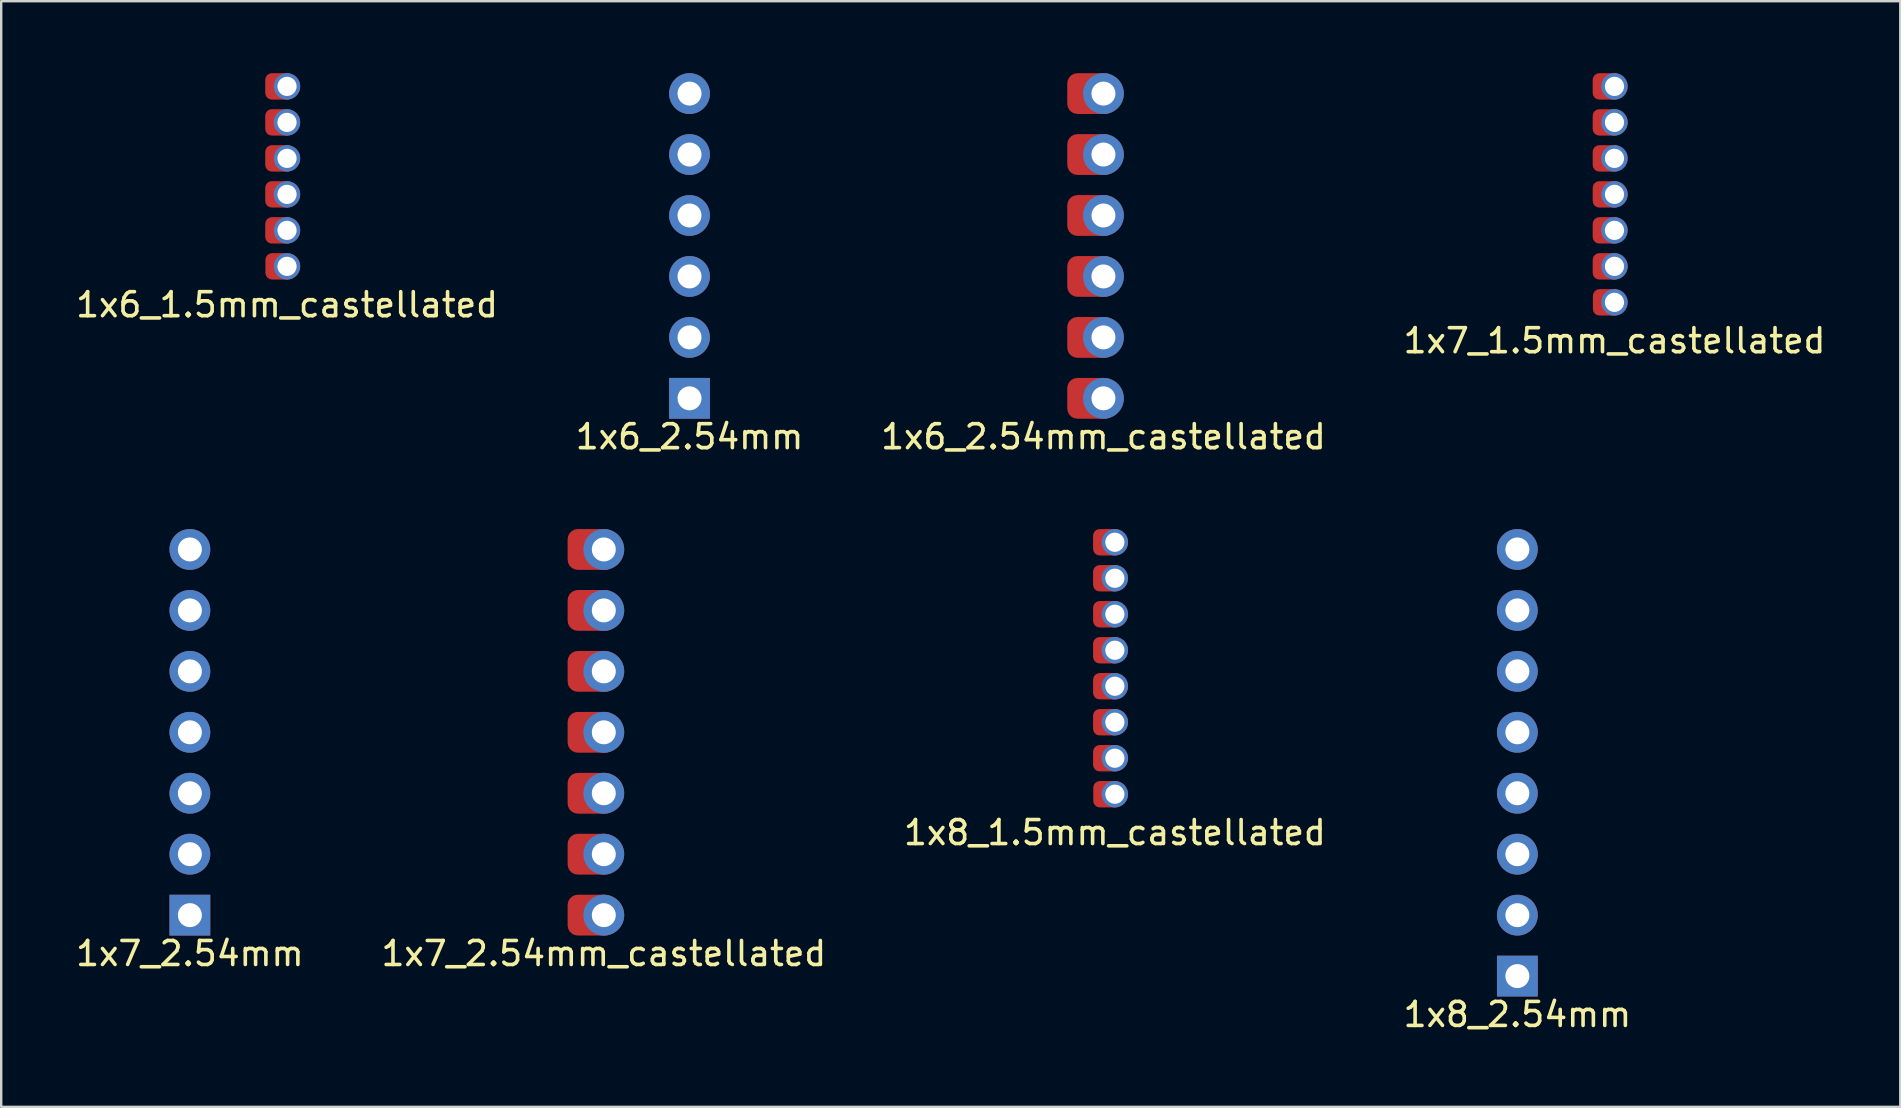
<source format=kicad_pcb>
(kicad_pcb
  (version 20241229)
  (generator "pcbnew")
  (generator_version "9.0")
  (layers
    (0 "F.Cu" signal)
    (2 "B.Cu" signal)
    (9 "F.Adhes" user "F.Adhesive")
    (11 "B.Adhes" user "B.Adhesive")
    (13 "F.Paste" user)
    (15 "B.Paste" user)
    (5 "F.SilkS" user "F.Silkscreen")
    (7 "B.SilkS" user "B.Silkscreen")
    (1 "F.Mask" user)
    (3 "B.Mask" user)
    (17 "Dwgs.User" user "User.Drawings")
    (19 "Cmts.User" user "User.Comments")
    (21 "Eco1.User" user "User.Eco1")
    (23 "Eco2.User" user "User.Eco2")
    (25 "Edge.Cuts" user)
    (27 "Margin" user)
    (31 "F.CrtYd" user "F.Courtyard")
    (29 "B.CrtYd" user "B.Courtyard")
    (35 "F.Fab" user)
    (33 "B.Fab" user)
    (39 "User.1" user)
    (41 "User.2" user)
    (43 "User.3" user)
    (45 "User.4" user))
  (footprint "1x8_2.54mm"
    (layer "F.Cu")
    (at 60.185 37.628)
    (property "Reference" "1x8_2.54mm" (at 0 1.6 0) (layer "F.SilkS") (effects (font (size 1 1) (thickness 0.15))))
    (attr through_hole)
    (pad "1" thru_hole rect (at 0 0) (size 1.7 1.7) (drill 1) (layers "*.Cu" "*.Mask"))
    (pad "2" thru_hole circle (at 0 -2.54) (size 1.7 1.7) (drill 1) (layers "*.Cu" "*.Mask"))
    (pad "3" thru_hole circle (at 0 -5.08) (size 1.7 1.7) (drill 1) (layers "*.Cu" "*.Mask"))
    (pad "4" thru_hole circle (at 0 -7.62) (size 1.7 1.7) (drill 1) (layers "*.Cu" "*.Mask"))
    (pad "5" thru_hole circle (at 0 -10.16) (size 1.7 1.7) (drill 1) (layers "*.Cu" "*.Mask"))
    (pad "6" thru_hole circle (at 0 -12.7) (size 1.7 1.7) (drill 1) (layers "*.Cu" "*.Mask"))
    (pad "7" thru_hole circle (at 0 -15.24) (size 1.7 1.7) (drill 1) (layers "*.Cu" "*.Mask"))
    (pad "8" thru_hole circle (at 0 -17.78) (size 1.7 1.7) (drill 1) (layers "*.Cu" "*.Mask")))
  (footprint "1x6_2.54mm_castellated"
    (layer "F.Cu")
    (at 42.935 13.55)
    (property "Reference" "1x6_2.54mm_castellated" (at 0 1.6 0) (layer "F.SilkS") (effects (font (size 1 1) (thickness 0.15))))
    (attr through_hole)
    (pad "1" smd roundrect (at -0.508 0) (size 2 1.7) (layers "F.Cu" "F.Mask" "F.Paste") (roundrect_rratio 0.25))
    (pad "1" thru_hole circle (at 0 0) (size 1.7 1.7) (drill 1) (layers "*.Cu" "*.Mask"))
    (pad "2" smd roundrect (at -0.508 -2.54) (size 2 1.7) (layers "F.Cu" "F.Mask" "F.Paste") (roundrect_rratio 0.25))
    (pad "2" thru_hole circle (at 0 -2.54) (size 1.7 1.7) (drill 1) (layers "*.Cu" "*.Mask"))
    (pad "3" smd roundrect (at -0.508 -5.08) (size 2 1.7) (layers "F.Cu" "F.Mask" "F.Paste") (roundrect_rratio 0.25))
    (pad "3" thru_hole circle (at 0 -5.08) (size 1.7 1.7) (drill 1) (layers "*.Cu" "*.Mask"))
    (pad "4" smd roundrect (at -0.508 -7.62) (size 2 1.7) (layers "F.Cu" "F.Mask" "F.Paste") (roundrect_rratio 0.25))
    (pad "4" thru_hole circle (at 0 -7.62) (size 1.7 1.7) (drill 1) (layers "*.Cu" "*.Mask"))
    (pad "5" smd roundrect (at -0.508 -10.16) (size 2 1.7) (layers "F.Cu" "F.Mask" "F.Paste") (roundrect_rratio 0.25))
    (pad "5" thru_hole circle (at 0 -10.16) (size 1.7 1.7) (drill 1) (layers "*.Cu" "*.Mask"))
    (pad "6" smd roundrect (at -0.508 -12.7) (size 2 1.7) (layers "F.Cu" "F.Mask" "F.Paste") (roundrect_rratio 0.25))
    (pad "6" thru_hole circle (at 0 -12.7) (size 1.7 1.7) (drill 1) (layers "*.Cu" "*.Mask")))
  (footprint "1x6_1.5mm_castellated"
    (layer "F.Cu")
    (at 8.911 8.05)
    (property "Reference" "1x6_1.5mm_castellated" (at 0 1.6 0) (layer "F.SilkS") (effects (font (size 1 1) (thickness 0.15))))
    (attr through_hole)
    (pad "1" smd roundrect (at -0.3 0) (size 1.2 1.1) (layers "F.Cu" "F.Mask") (roundrect_rratio 0.25))
    (pad "1" thru_hole circle (at 0 0) (size 1.1 1.1) (drill 0.8) (layers "*.Cu" "*.Mask"))
    (pad "2" smd roundrect (at -0.308 -1.5) (size 1.2 1.1) (layers "F.Cu" "F.Mask") (roundrect_rratio 0.25))
    (pad "2" thru_hole circle (at 0 -1.5) (size 1.1 1.1) (drill 0.8) (layers "*.Cu" "*.Mask"))
    (pad "3" smd roundrect (at -0.308 -3) (size 1.2 1.1) (layers "F.Cu" "F.Mask") (roundrect_rratio 0.25))
    (pad "3" thru_hole circle (at 0 -3) (size 1.1 1.1) (drill 0.8) (layers "*.Cu" "*.Mask"))
    (pad "4" smd roundrect (at -0.308 -4.5) (size 1.2 1.1) (layers "F.Cu" "F.Mask") (roundrect_rratio 0.25))
    (pad "4" thru_hole circle (at 0 -4.5) (size 1.1 1.1) (drill 0.8) (layers "*.Cu" "*.Mask"))
    (pad "5" smd roundrect (at -0.308 -6) (size 1.2 1.1) (layers "F.Cu" "F.Mask") (roundrect_rratio 0.25))
    (pad "5" thru_hole circle (at 0 -6) (size 1.1 1.1) (drill 0.8) (layers "*.Cu" "*.Mask"))
    (pad "6" smd roundrect (at -0.308 -7.5) (size 1.2 1.1) (layers "F.Cu" "F.Mask") (roundrect_rratio 0.25))
    (pad "6" thru_hole circle (at 0 -7.5) (size 1.1 1.1) (drill 0.8) (layers "*.Cu" "*.Mask")))
  (footprint "1x7_2.54mm"
    (layer "F.Cu")
    (at 4.863 35.088)
    (property "Reference" "1x7_2.54mm" (at 0 1.6 0) (layer "F.SilkS") (effects (font (size 1 1) (thickness 0.15))))
    (attr through_hole)
    (pad "1" thru_hole rect (at 0 0) (size 1.7 1.7) (drill 1) (layers "*.Cu" "*.Mask"))
    (pad "2" thru_hole circle (at 0 -2.54) (size 1.7 1.7) (drill 1) (layers "*.Cu" "*.Mask"))
    (pad "3" thru_hole circle (at 0 -5.08) (size 1.7 1.7) (drill 1) (layers "*.Cu" "*.Mask"))
    (pad "4" thru_hole circle (at 0 -7.62) (size 1.7 1.7) (drill 1) (layers "*.Cu" "*.Mask"))
    (pad "5" thru_hole circle (at 0 -10.16) (size 1.7 1.7) (drill 1) (layers "*.Cu" "*.Mask"))
    (pad "6" thru_hole circle (at 0 -12.7) (size 1.7 1.7) (drill 1) (layers "*.Cu" "*.Mask"))
    (pad "7" thru_hole circle (at 0 -15.24) (size 1.7 1.7) (drill 1) (layers "*.Cu" "*.Mask")))
  (footprint "1x8_1.5mm_castellated"
    (layer "F.Cu")
    (at 43.411 30.048)
    (property "Reference" "1x8_1.5mm_castellated" (at 0 1.6 0) (layer "F.SilkS") (effects (font (size 1 1) (thickness 0.15))))
    (attr through_hole)
    (pad "1" smd roundrect (at -0.3 0) (size 1.2 1.1) (layers "F.Cu" "F.Mask") (roundrect_rratio 0.25))
    (pad "1" thru_hole circle (at 0 0) (size 1.1 1.1) (drill 0.8) (layers "*.Cu" "*.Mask"))
    (pad "2" smd roundrect (at -0.308 -1.5) (size 1.2 1.1) (layers "F.Cu" "F.Mask") (roundrect_rratio 0.25))
    (pad "2" thru_hole circle (at 0 -1.5) (size 1.1 1.1) (drill 0.8) (layers "*.Cu" "*.Mask"))
    (pad "3" smd roundrect (at -0.308 -3) (size 1.2 1.1) (layers "F.Cu" "F.Mask") (roundrect_rratio 0.25))
    (pad "3" thru_hole circle (at 0 -3) (size 1.1 1.1) (drill 0.8) (layers "*.Cu" "*.Mask"))
    (pad "4" smd roundrect (at -0.308 -4.5) (size 1.2 1.1) (layers "F.Cu" "F.Mask") (roundrect_rratio 0.25))
    (pad "4" thru_hole circle (at 0 -4.5) (size 1.1 1.1) (drill 0.8) (layers "*.Cu" "*.Mask"))
    (pad "5" smd roundrect (at -0.308 -6) (size 1.2 1.1) (layers "F.Cu" "F.Mask") (roundrect_rratio 0.25))
    (pad "5" thru_hole circle (at 0 -6) (size 1.1 1.1) (drill 0.8) (layers "*.Cu" "*.Mask"))
    (pad "6" smd roundrect (at -0.308 -7.5) (size 1.2 1.1) (layers "F.Cu" "F.Mask") (roundrect_rratio 0.25))
    (pad "6" thru_hole circle (at 0 -7.5) (size 1.1 1.1) (drill 0.8) (layers "*.Cu" "*.Mask"))
    (pad "7" smd roundrect (at -0.308 -9) (size 1.2 1.1) (layers "F.Cu" "F.Mask") (roundrect_rratio 0.25))
    (pad "7" thru_hole circle (at 0 -9) (size 1.1 1.1) (drill 0.8) (layers "*.Cu" "*.Mask"))
    (pad "8" smd roundrect (at -0.308 -10.5) (size 1.2 1.1) (layers "F.Cu" "F.Mask") (roundrect_rratio 0.25))
    (pad "8" thru_hole circle (at 0 -10.5) (size 1.1 1.1) (drill 0.8) (layers "*.Cu" "*.Mask")))
  (footprint "1x7_2.54mm_castellated"
    (layer "F.Cu")
    (at 22.113 35.088)
    (property "Reference" "1x7_2.54mm_castellated" (at 0 1.6 0) (layer "F.SilkS") (effects (font (size 1 1) (thickness 0.15))))
    (attr through_hole)
    (pad "1" smd roundrect (at -0.508 0) (size 2 1.7) (layers "F.Cu" "F.Mask" "F.Paste") (roundrect_rratio 0.25))
    (pad "1" thru_hole circle (at 0 0) (size 1.7 1.7) (drill 1) (layers "*.Cu" "*.Mask"))
    (pad "2" smd roundrect (at -0.508 -2.54) (size 2 1.7) (layers "F.Cu" "F.Mask" "F.Paste") (roundrect_rratio 0.25))
    (pad "2" thru_hole circle (at 0 -2.54) (size 1.7 1.7) (drill 1) (layers "*.Cu" "*.Mask"))
    (pad "3" smd roundrect (at -0.508 -5.08) (size 2 1.7) (layers "F.Cu" "F.Mask" "F.Paste") (roundrect_rratio 0.25))
    (pad "3" thru_hole circle (at 0 -5.08) (size 1.7 1.7) (drill 1) (layers "*.Cu" "*.Mask"))
    (pad "4" smd roundrect (at -0.508 -7.62) (size 2 1.7) (layers "F.Cu" "F.Mask" "F.Paste") (roundrect_rratio 0.25))
    (pad "4" thru_hole circle (at 0 -7.62) (size 1.7 1.7) (drill 1) (layers "*.Cu" "*.Mask"))
    (pad "5" smd roundrect (at -0.508 -10.16) (size 2 1.7) (layers "F.Cu" "F.Mask" "F.Paste") (roundrect_rratio 0.25))
    (pad "5" thru_hole circle (at 0 -10.16) (size 1.7 1.7) (drill 1) (layers "*.Cu" "*.Mask"))
    (pad "6" smd roundrect (at -0.508 -12.7) (size 2 1.7) (layers "F.Cu" "F.Mask" "F.Paste") (roundrect_rratio 0.25))
    (pad "6" thru_hole circle (at 0 -12.7) (size 1.7 1.7) (drill 1) (layers "*.Cu" "*.Mask"))
    (pad "7" smd roundrect (at -0.508 -15.24) (size 2 1.7) (layers "F.Cu" "F.Mask" "F.Paste") (roundrect_rratio 0.25))
    (pad "7" thru_hole circle (at 0 -15.24) (size 1.7 1.7) (drill 1) (layers "*.Cu" "*.Mask")))
  (footprint "1x7_1.5mm_castellated"
    (layer "F.Cu")
    (at 64.232 9.55)
    (property "Reference" "1x7_1.5mm_castellated" (at 0 1.6 0) (layer "F.SilkS") (effects (font (size 1 1) (thickness 0.15))))
    (attr through_hole)
    (pad "1" smd roundrect (at -0.3 0) (size 1.2 1.1) (layers "F.Cu" "F.Mask") (roundrect_rratio 0.25))
    (pad "1" thru_hole circle (at 0 0) (size 1.1 1.1) (drill 0.8) (layers "*.Cu" "*.Mask"))
    (pad "2" smd roundrect (at -0.308 -1.5) (size 1.2 1.1) (layers "F.Cu" "F.Mask") (roundrect_rratio 0.25))
    (pad "2" thru_hole circle (at 0 -1.5) (size 1.1 1.1) (drill 0.8) (layers "*.Cu" "*.Mask"))
    (pad "3" smd roundrect (at -0.308 -3) (size 1.2 1.1) (layers "F.Cu" "F.Mask") (roundrect_rratio 0.25))
    (pad "3" thru_hole circle (at 0 -3) (size 1.1 1.1) (drill 0.8) (layers "*.Cu" "*.Mask"))
    (pad "4" smd roundrect (at -0.308 -4.5) (size 1.2 1.1) (layers "F.Cu" "F.Mask") (roundrect_rratio 0.25))
    (pad "4" thru_hole circle (at 0 -4.5) (size 1.1 1.1) (drill 0.8) (layers "*.Cu" "*.Mask"))
    (pad "5" smd roundrect (at -0.308 -6) (size 1.2 1.1) (layers "F.Cu" "F.Mask") (roundrect_rratio 0.25))
    (pad "5" thru_hole circle (at 0 -6) (size 1.1 1.1) (drill 0.8) (layers "*.Cu" "*.Mask"))
    (pad "6" smd roundrect (at -0.308 -7.5) (size 1.2 1.1) (layers "F.Cu" "F.Mask") (roundrect_rratio 0.25))
    (pad "6" thru_hole circle (at 0 -7.5) (size 1.1 1.1) (drill 0.8) (layers "*.Cu" "*.Mask"))
    (pad "7" smd roundrect (at -0.308 -9) (size 1.2 1.1) (layers "F.Cu" "F.Mask") (roundrect_rratio 0.25))
    (pad "7" thru_hole circle (at 0 -9) (size 1.1 1.1) (drill 0.8) (layers "*.Cu" "*.Mask")))
  (footprint "1x6_2.54mm"
    (layer "F.Cu")
    (at 25.685 13.55)
    (property "Reference" "1x6_2.54mm" (at 0 1.6 0) (layer "F.SilkS") (effects (font (size 1 1) (thickness 0.15))))
    (attr through_hole)
    (pad "1" thru_hole rect (at 0 0) (size 1.7 1.7) (drill 1) (layers "*.Cu" "*.Mask"))
    (pad "2" thru_hole circle (at 0 -2.54) (size 1.7 1.7) (drill 1) (layers "*.Cu" "*.Mask"))
    (pad "3" thru_hole circle (at 0 -5.08) (size 1.7 1.7) (drill 1) (layers "*.Cu" "*.Mask"))
    (pad "4" thru_hole circle (at 0 -7.62) (size 1.7 1.7) (drill 1) (layers "*.Cu" "*.Mask"))
    (pad "5" thru_hole circle (at 0 -10.16) (size 1.7 1.7) (drill 1) (layers "*.Cu" "*.Mask"))
    (pad "6" thru_hole circle (at 0 -12.7) (size 1.7 1.7) (drill 1) (layers "*.Cu" "*.Mask")))
  (gr_rect
    (start -3 -3)
    (end 76.143 43.077)
    (stroke (width 0.1) (type default))
    (fill no)
    (layer "Edge.Cuts")))
</source>
